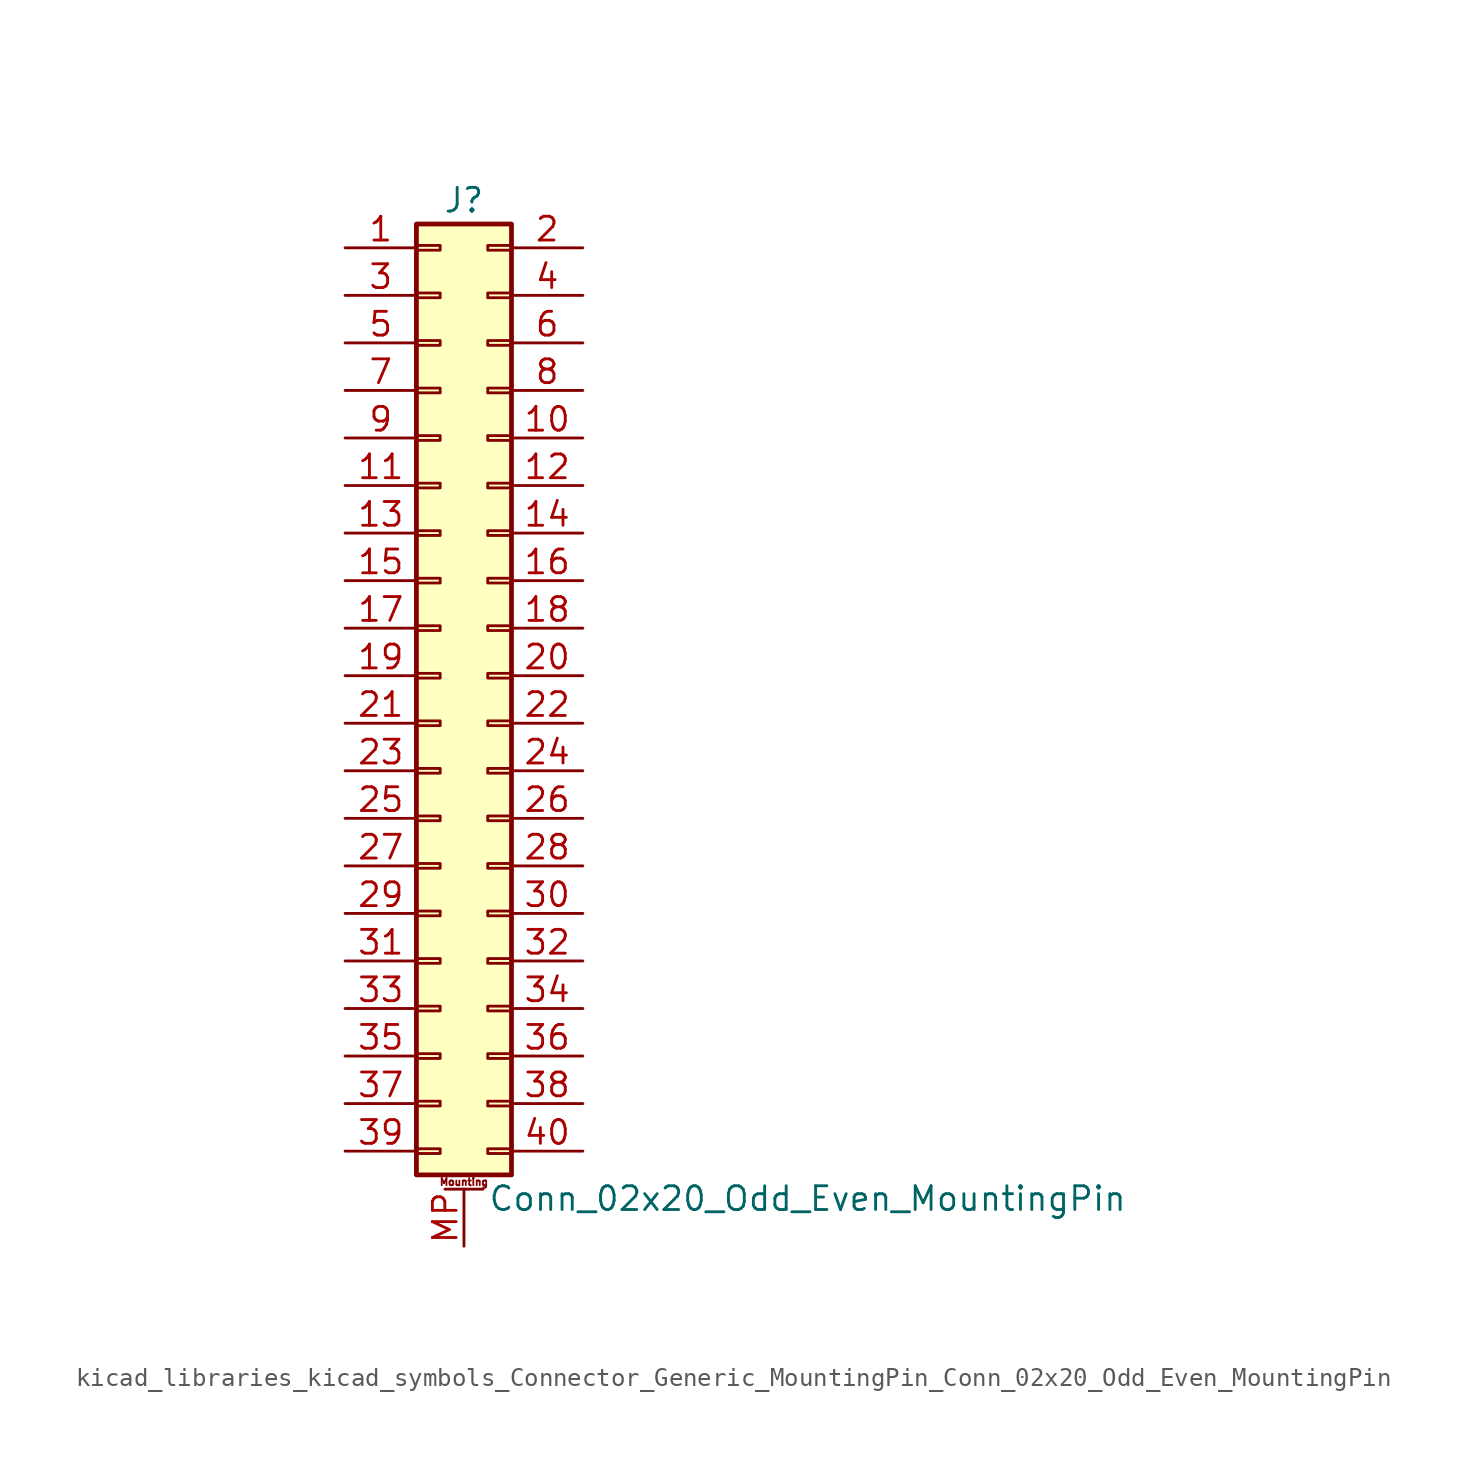
<source format=kicad_sym>
(kicad_symbol_lib
  (version 20220914)
  (generator kicad_symbol_editor)
  (symbol "kicad_libraries_kicad_symbols_Connector_Generic_MountingPin_Conn_02x20_Odd_Even_MountingPin"
    (pin_names
      (offset 1.016) hide)
    (property "Reference" "J"
      (at 1.27 25.4 0)
      (effects (font (size 1.27 1.27))))
    (property "Value" "Conn_02x20_Odd_Even_MountingPin"
      (at 2.54 -27.94 0)
      (effects (font (size 1.27 1.27)) (justify left)))
    (symbol "kicad_libraries_kicad_symbols_Connector_Generic_MountingPin_Conn_02x20_Odd_Even_MountingPin_1_1"
      (rectangle (start -1.27 -25.273) (end 0 -25.527) (stroke (width 0.152) (type default)) (fill (type none)))
      (rectangle (start -1.27 -22.733) (end 0 -22.987) (stroke (width 0.152) (type default)) (fill (type none)))
      (rectangle (start -1.27 -20.193) (end 0 -20.447) (stroke (width 0.152) (type default)) (fill (type none)))
      (rectangle (start -1.27 -17.653) (end 0 -17.907) (stroke (width 0.152) (type default)) (fill (type none)))
      (rectangle (start -1.27 -15.113) (end 0 -15.367) (stroke (width 0.152) (type default)) (fill (type none)))
      (rectangle (start -1.27 -12.573) (end 0 -12.827) (stroke (width 0.152) (type default)) (fill (type none)))
      (rectangle (start -1.27 -10.033) (end 0 -10.287) (stroke (width 0.152) (type default)) (fill (type none)))
      (rectangle (start -1.27 -7.493) (end 0 -7.747) (stroke (width 0.152) (type default)) (fill (type none)))
      (rectangle (start -1.27 -4.953) (end 0 -5.207) (stroke (width 0.152) (type default)) (fill (type none)))
      (rectangle (start -1.27 -2.413) (end 0 -2.667) (stroke (width 0.152) (type default)) (fill (type none)))
      (rectangle (start -1.27 0.127) (end 0 -0.127) (stroke (width 0.152) (type default)) (fill (type none)))
      (rectangle (start -1.27 2.667) (end 0 2.413) (stroke (width 0.152) (type default)) (fill (type none)))
      (rectangle (start -1.27 5.207) (end 0 4.953) (stroke (width 0.152) (type default)) (fill (type none)))
      (rectangle (start -1.27 7.747) (end 0 7.493) (stroke (width 0.152) (type default)) (fill (type none)))
      (rectangle (start -1.27 10.287) (end 0 10.033) (stroke (width 0.152) (type default)) (fill (type none)))
      (rectangle (start -1.27 12.827) (end 0 12.573) (stroke (width 0.152) (type default)) (fill (type none)))
      (rectangle (start -1.27 15.367) (end 0 15.113) (stroke (width 0.152) (type default)) (fill (type none)))
      (rectangle (start -1.27 17.907) (end 0 17.653) (stroke (width 0.152) (type default)) (fill (type none)))
      (rectangle (start -1.27 20.447) (end 0 20.193) (stroke (width 0.152) (type default)) (fill (type none)))
      (rectangle (start -1.27 22.987) (end 0 22.733) (stroke (width 0.152) (type default)) (fill (type none)))
      (rectangle (start -1.27 24.13) (end 3.81 -26.67) (stroke (width 0.254) (type default)) (fill (type background)))
      (polyline (pts (xy 0.254 -27.432) (xy 2.286 -27.432)) (stroke (width 0.152) (type default)) (fill (type none)))
      (rectangle (start 3.81 -25.273) (end 2.54 -25.527) (stroke (width 0.152) (type default)) (fill (type none)))
      (rectangle (start 3.81 -22.733) (end 2.54 -22.987) (stroke (width 0.152) (type default)) (fill (type none)))
      (rectangle (start 3.81 -20.193) (end 2.54 -20.447) (stroke (width 0.152) (type default)) (fill (type none)))
      (rectangle (start 3.81 -17.653) (end 2.54 -17.907) (stroke (width 0.152) (type default)) (fill (type none)))
      (rectangle (start 3.81 -15.113) (end 2.54 -15.367) (stroke (width 0.152) (type default)) (fill (type none)))
      (rectangle (start 3.81 -12.573) (end 2.54 -12.827) (stroke (width 0.152) (type default)) (fill (type none)))
      (rectangle (start 3.81 -10.033) (end 2.54 -10.287) (stroke (width 0.152) (type default)) (fill (type none)))
      (rectangle (start 3.81 -7.493) (end 2.54 -7.747) (stroke (width 0.152) (type default)) (fill (type none)))
      (rectangle (start 3.81 -4.953) (end 2.54 -5.207) (stroke (width 0.152) (type default)) (fill (type none)))
      (rectangle (start 3.81 -2.413) (end 2.54 -2.667) (stroke (width 0.152) (type default)) (fill (type none)))
      (rectangle (start 3.81 0.127) (end 2.54 -0.127) (stroke (width 0.152) (type default)) (fill (type none)))
      (rectangle (start 3.81 2.667) (end 2.54 2.413) (stroke (width 0.152) (type default)) (fill (type none)))
      (rectangle (start 3.81 5.207) (end 2.54 4.953) (stroke (width 0.152) (type default)) (fill (type none)))
      (rectangle (start 3.81 7.747) (end 2.54 7.493) (stroke (width 0.152) (type default)) (fill (type none)))
      (rectangle (start 3.81 10.287) (end 2.54 10.033) (stroke (width 0.152) (type default)) (fill (type none)))
      (rectangle (start 3.81 12.827) (end 2.54 12.573) (stroke (width 0.152) (type default)) (fill (type none)))
      (rectangle (start 3.81 15.367) (end 2.54 15.113) (stroke (width 0.152) (type default)) (fill (type none)))
      (rectangle (start 3.81 17.907) (end 2.54 17.653) (stroke (width 0.152) (type default)) (fill (type none)))
      (rectangle (start 3.81 20.447) (end 2.54 20.193) (stroke (width 0.152) (type default)) (fill (type none)))
      (rectangle (start 3.81 22.987) (end 2.54 22.733) (stroke (width 0.152) (type default)) (fill (type none)))
      (text "Mounting" (at 1.27 -27.051 0) (effects (font (size 0.381 0.381))))
      (pin passive line (at -5.08 22.86 0) (length 3.81) (name "Pin_1" (effects (font (size 1.27 1.27)))) (number "1" (effects (font (size 1.27 1.27)))))
      (pin passive line (at 7.62 12.7 180) (length 3.81) (name "Pin_10" (effects (font (size 1.27 1.27)))) (number "10" (effects (font (size 1.27 1.27)))))
      (pin passive line (at -5.08 10.16 0) (length 3.81) (name "Pin_11" (effects (font (size 1.27 1.27)))) (number "11" (effects (font (size 1.27 1.27)))))
      (pin passive line (at 7.62 10.16 180) (length 3.81) (name "Pin_12" (effects (font (size 1.27 1.27)))) (number "12" (effects (font (size 1.27 1.27)))))
      (pin passive line (at -5.08 7.62 0) (length 3.81) (name "Pin_13" (effects (font (size 1.27 1.27)))) (number "13" (effects (font (size 1.27 1.27)))))
      (pin passive line (at 7.62 7.62 180) (length 3.81) (name "Pin_14" (effects (font (size 1.27 1.27)))) (number "14" (effects (font (size 1.27 1.27)))))
      (pin passive line (at -5.08 5.08 0) (length 3.81) (name "Pin_15" (effects (font (size 1.27 1.27)))) (number "15" (effects (font (size 1.27 1.27)))))
      (pin passive line (at 7.62 5.08 180) (length 3.81) (name "Pin_16" (effects (font (size 1.27 1.27)))) (number "16" (effects (font (size 1.27 1.27)))))
      (pin passive line (at -5.08 2.54 0) (length 3.81) (name "Pin_17" (effects (font (size 1.27 1.27)))) (number "17" (effects (font (size 1.27 1.27)))))
      (pin passive line (at 7.62 2.54 180) (length 3.81) (name "Pin_18" (effects (font (size 1.27 1.27)))) (number "18" (effects (font (size 1.27 1.27)))))
      (pin passive line (at -5.08 0 0) (length 3.81) (name "Pin_19" (effects (font (size 1.27 1.27)))) (number "19" (effects (font (size 1.27 1.27)))))
      (pin passive line (at 7.62 22.86 180) (length 3.81) (name "Pin_2" (effects (font (size 1.27 1.27)))) (number "2" (effects (font (size 1.27 1.27)))))
      (pin passive line (at 7.62 0 180) (length 3.81) (name "Pin_20" (effects (font (size 1.27 1.27)))) (number "20" (effects (font (size 1.27 1.27)))))
      (pin passive line (at -5.08 -2.54 0) (length 3.81) (name "Pin_21" (effects (font (size 1.27 1.27)))) (number "21" (effects (font (size 1.27 1.27)))))
      (pin passive line (at 7.62 -2.54 180) (length 3.81) (name "Pin_22" (effects (font (size 1.27 1.27)))) (number "22" (effects (font (size 1.27 1.27)))))
      (pin passive line (at -5.08 -5.08 0) (length 3.81) (name "Pin_23" (effects (font (size 1.27 1.27)))) (number "23" (effects (font (size 1.27 1.27)))))
      (pin passive line (at 7.62 -5.08 180) (length 3.81) (name "Pin_24" (effects (font (size 1.27 1.27)))) (number "24" (effects (font (size 1.27 1.27)))))
      (pin passive line (at -5.08 -7.62 0) (length 3.81) (name "Pin_25" (effects (font (size 1.27 1.27)))) (number "25" (effects (font (size 1.27 1.27)))))
      (pin passive line (at 7.62 -7.62 180) (length 3.81) (name "Pin_26" (effects (font (size 1.27 1.27)))) (number "26" (effects (font (size 1.27 1.27)))))
      (pin passive line (at -5.08 -10.16 0) (length 3.81) (name "Pin_27" (effects (font (size 1.27 1.27)))) (number "27" (effects (font (size 1.27 1.27)))))
      (pin passive line (at 7.62 -10.16 180) (length 3.81) (name "Pin_28" (effects (font (size 1.27 1.27)))) (number "28" (effects (font (size 1.27 1.27)))))
      (pin passive line (at -5.08 -12.7 0) (length 3.81) (name "Pin_29" (effects (font (size 1.27 1.27)))) (number "29" (effects (font (size 1.27 1.27)))))
      (pin passive line (at -5.08 20.32 0) (length 3.81) (name "Pin_3" (effects (font (size 1.27 1.27)))) (number "3" (effects (font (size 1.27 1.27)))))
      (pin passive line (at 7.62 -12.7 180) (length 3.81) (name "Pin_30" (effects (font (size 1.27 1.27)))) (number "30" (effects (font (size 1.27 1.27)))))
      (pin passive line (at -5.08 -15.24 0) (length 3.81) (name "Pin_31" (effects (font (size 1.27 1.27)))) (number "31" (effects (font (size 1.27 1.27)))))
      (pin passive line (at 7.62 -15.24 180) (length 3.81) (name "Pin_32" (effects (font (size 1.27 1.27)))) (number "32" (effects (font (size 1.27 1.27)))))
      (pin passive line (at -5.08 -17.78 0) (length 3.81) (name "Pin_33" (effects (font (size 1.27 1.27)))) (number "33" (effects (font (size 1.27 1.27)))))
      (pin passive line (at 7.62 -17.78 180) (length 3.81) (name "Pin_34" (effects (font (size 1.27 1.27)))) (number "34" (effects (font (size 1.27 1.27)))))
      (pin passive line (at -5.08 -20.32 0) (length 3.81) (name "Pin_35" (effects (font (size 1.27 1.27)))) (number "35" (effects (font (size 1.27 1.27)))))
      (pin passive line (at 7.62 -20.32 180) (length 3.81) (name "Pin_36" (effects (font (size 1.27 1.27)))) (number "36" (effects (font (size 1.27 1.27)))))
      (pin passive line (at -5.08 -22.86 0) (length 3.81) (name "Pin_37" (effects (font (size 1.27 1.27)))) (number "37" (effects (font (size 1.27 1.27)))))
      (pin passive line (at 7.62 -22.86 180) (length 3.81) (name "Pin_38" (effects (font (size 1.27 1.27)))) (number "38" (effects (font (size 1.27 1.27)))))
      (pin passive line (at -5.08 -25.4 0) (length 3.81) (name "Pin_39" (effects (font (size 1.27 1.27)))) (number "39" (effects (font (size 1.27 1.27)))))
      (pin passive line (at 7.62 20.32 180) (length 3.81) (name "Pin_4" (effects (font (size 1.27 1.27)))) (number "4" (effects (font (size 1.27 1.27)))))
      (pin passive line (at 7.62 -25.4 180) (length 3.81) (name "Pin_40" (effects (font (size 1.27 1.27)))) (number "40" (effects (font (size 1.27 1.27)))))
      (pin passive line (at -5.08 17.78 0) (length 3.81) (name "Pin_5" (effects (font (size 1.27 1.27)))) (number "5" (effects (font (size 1.27 1.27)))))
      (pin passive line (at 7.62 17.78 180) (length 3.81) (name "Pin_6" (effects (font (size 1.27 1.27)))) (number "6" (effects (font (size 1.27 1.27)))))
      (pin passive line (at -5.08 15.24 0) (length 3.81) (name "Pin_7" (effects (font (size 1.27 1.27)))) (number "7" (effects (font (size 1.27 1.27)))))
      (pin passive line (at 7.62 15.24 180) (length 3.81) (name "Pin_8" (effects (font (size 1.27 1.27)))) (number "8" (effects (font (size 1.27 1.27)))))
      (pin passive line (at -5.08 12.7 0) (length 3.81) (name "Pin_9" (effects (font (size 1.27 1.27)))) (number "9" (effects (font (size 1.27 1.27)))))
      (pin passive line (at 1.27 -30.48 90) (length 3.048) (name "MountPin" (effects (font (size 1.27 1.27)))) (number "MP" (effects (font (size 1.27 1.27))))))))
</source>
